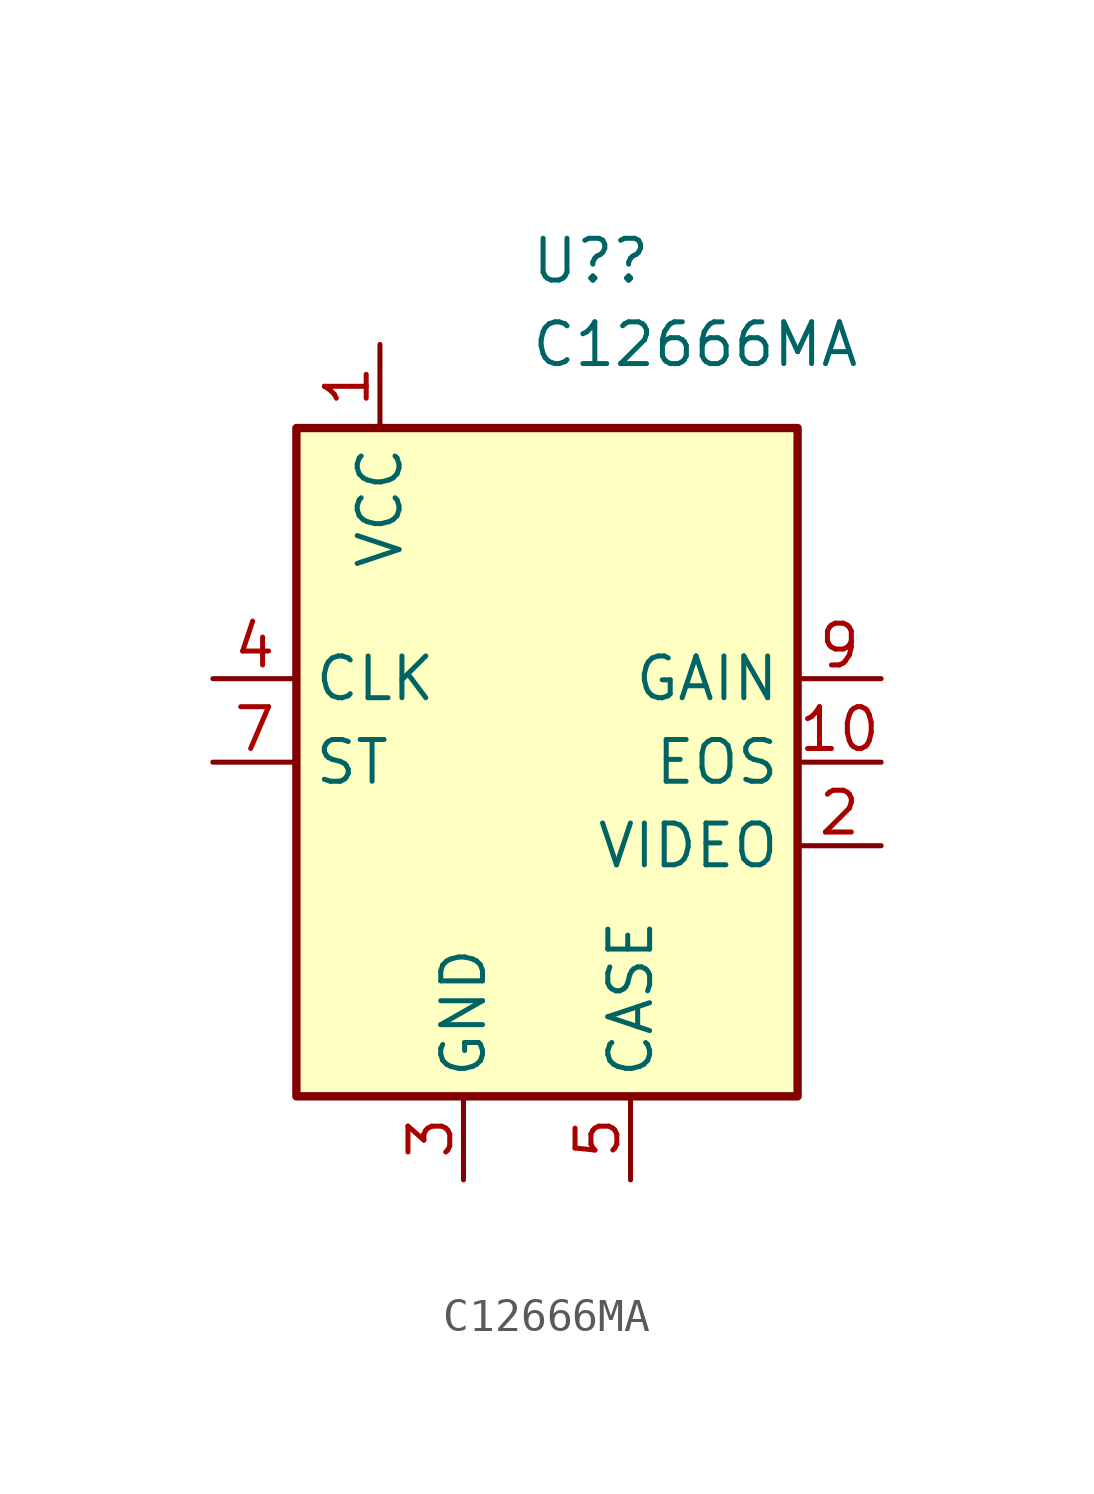
<source format=kicad_sym>
(kicad_symbol_lib
  (version 20211014)
  (generator kicad_symbol_editor)
  (symbol "C12666MA"
    (property "Reference" "U?"
      (at -0.521 15.24 0)
      (effects (font (size 1.27 1.27)) (justify left)))
    (property "Value" "C12666MA"
      (at -0.521 12.7 0)
      (effects (font (size 1.27 1.27)) (justify left)))
    (symbol "C12666MA_0_1"
      (rectangle (start -7.62 10.16) (end 7.62 -10.16) (stroke (width 0.254) (type default) (color 0 0 0 0)) (fill (type background))))
    (symbol "C12666MA_1_1"
      (pin power_in line (at -5.08 12.7 270) (length 2.54) (name "VCC" (effects (font (size 1.27 1.27)))) (number "1" (effects (font (size 1.27 1.27)))))
      (pin output line (at 10.16 0 180) (length 2.54) (name "EOS" (effects (font (size 1.27 1.27)))) (number "10" (effects (font (size 1.27 1.27)))))
      (pin output line (at 10.16 -2.54 180) (length 2.54) (name "VIDEO" (effects (font (size 1.27 1.27)))) (number "2" (effects (font (size 1.27 1.27)))))
      (pin power_in line (at -2.54 -12.7 90) (length 2.54) (name "GND" (effects (font (size 1.27 1.27)))) (number "3" (effects (font (size 1.27 1.27)))))
      (pin input line (at -10.16 2.54 0) (length 2.54) (name "CLK" (effects (font (size 1.27 1.27)))) (number "4" (effects (font (size 1.27 1.27)))))
      (pin passive line (at 2.54 -12.7 90) (length 2.54) (name "CASE" (effects (font (size 1.27 1.27)))) (number "5" (effects (font (size 1.27 1.27)))))
      (pin no_connect line (at 7.62 5.08 180) (length 2.54) hide (name "NC" (effects (font (size 1.27 1.27)))) (number "6" (effects (font (size 1.27 1.27)))))
      (pin input line (at -10.16 0 0) (length 2.54) (name "ST" (effects (font (size 1.27 1.27)))) (number "7" (effects (font (size 1.27 1.27)))))
      (pin no_connect line (at -7.62 -2.54 0) (length 2.54) hide (name "NC" (effects (font (size 1.27 1.27)))) (number "8" (effects (font (size 1.27 1.27)))))
      (pin output line (at 10.16 2.54 180) (length 2.54) (name "GAIN" (effects (font (size 1.27 1.27)))) (number "9" (effects (font (size 1.27 1.27))))))))
</source>
